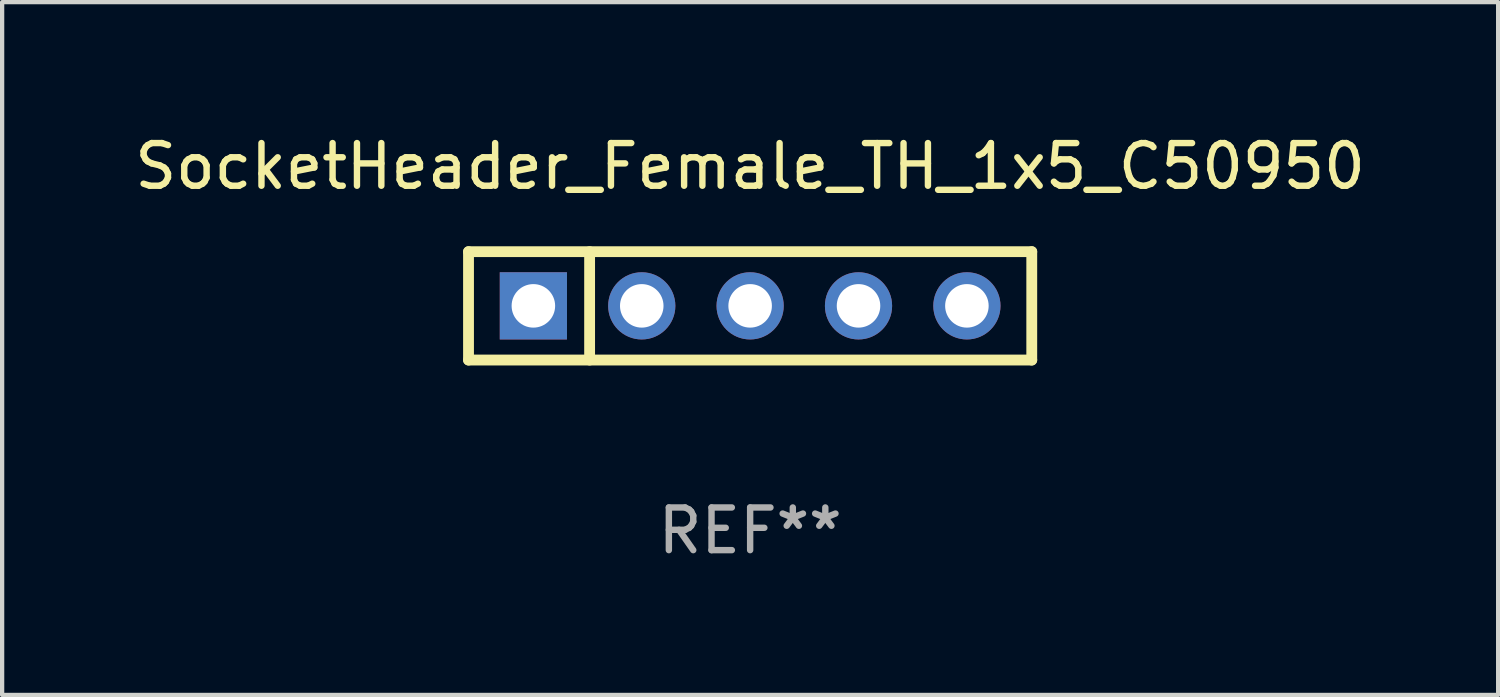
<source format=kicad_pcb>
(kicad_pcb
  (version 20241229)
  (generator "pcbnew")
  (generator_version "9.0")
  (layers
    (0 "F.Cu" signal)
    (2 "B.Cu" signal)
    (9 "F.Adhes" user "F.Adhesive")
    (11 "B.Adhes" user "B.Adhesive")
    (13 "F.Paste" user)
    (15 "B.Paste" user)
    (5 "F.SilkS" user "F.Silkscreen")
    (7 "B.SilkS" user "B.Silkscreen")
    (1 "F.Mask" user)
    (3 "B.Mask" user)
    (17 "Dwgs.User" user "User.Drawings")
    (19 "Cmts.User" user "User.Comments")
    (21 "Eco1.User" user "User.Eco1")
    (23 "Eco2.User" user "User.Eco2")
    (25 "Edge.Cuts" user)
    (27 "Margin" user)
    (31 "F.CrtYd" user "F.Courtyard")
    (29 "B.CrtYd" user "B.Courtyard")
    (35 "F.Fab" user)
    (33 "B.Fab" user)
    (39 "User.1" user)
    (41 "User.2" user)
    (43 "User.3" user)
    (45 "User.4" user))
  (footprint "SocketHeader_Female_TH_1x5_C50950"
    (layer "F.Cu")
    (at 14.53 4.118)
    (property "Reference" "SocketHeader_Female_TH_1x5_C50950" (at 0 -3.27 0) (layer "F.SilkS") (effects (font (size 1 1) (thickness 0.15))))
    (attr through_hole)
    (fp_line (start -6.6 -1.27) (end -6.6 1.27) (stroke (width 0.254) (type solid)) (layer "F.SilkS"))
    (fp_line (start -6.6 1.27) (end 6.6 1.27) (stroke (width 0.254) (type solid)) (layer "F.SilkS"))
    (fp_line (start -3.762 -1.27) (end -3.762 1.27) (stroke (width 0.254) (type solid)) (layer "F.SilkS"))
    (fp_line (start 6.6 -1.27) (end -6.6 -1.27) (stroke (width 0.254) (type solid)) (layer "F.SilkS"))
    (fp_line (start 6.6 1.27) (end 6.6 -1.27) (stroke (width 0.254) (type solid)) (layer "F.SilkS"))
    (fp_circle (center -6.6 1.25) (end -6.57 1.25) (stroke (width 0.06) (type solid)) (fill no) (layer "F.SilkS"))
    (fp_text user "REF**" (at 0 5.27 0) (layer "F.Fab") (effects (font (size 1 1) (thickness 0.15))))
    (pad "1" thru_hole rect (at -5.08 0) (size 1.575 1.575) (drill 1.02) (layers "*.Cu" "*.Mask"))
    (pad "2" thru_hole circle (at -2.54 0) (size 1.575 1.575) (drill 1.02) (layers "*.Cu" "*.Mask"))
    (pad "3" thru_hole circle (at 0 0) (size 1.575 1.575) (drill 1.02) (layers "*.Cu" "*.Mask"))
    (pad "4" thru_hole circle (at 2.54 0) (size 1.575 1.575) (drill 1.02) (layers "*.Cu" "*.Mask"))
    (pad "5" thru_hole circle (at 5.08 0) (size 1.575 1.575) (drill 1.02) (layers "*.Cu" "*.Mask")))
  (gr_rect
    (start -3 -3)
    (end 32.06 13.237)
    (stroke (width 0.1) (type default))
    (fill no)
    (layer "Edge.Cuts")))
</source>
